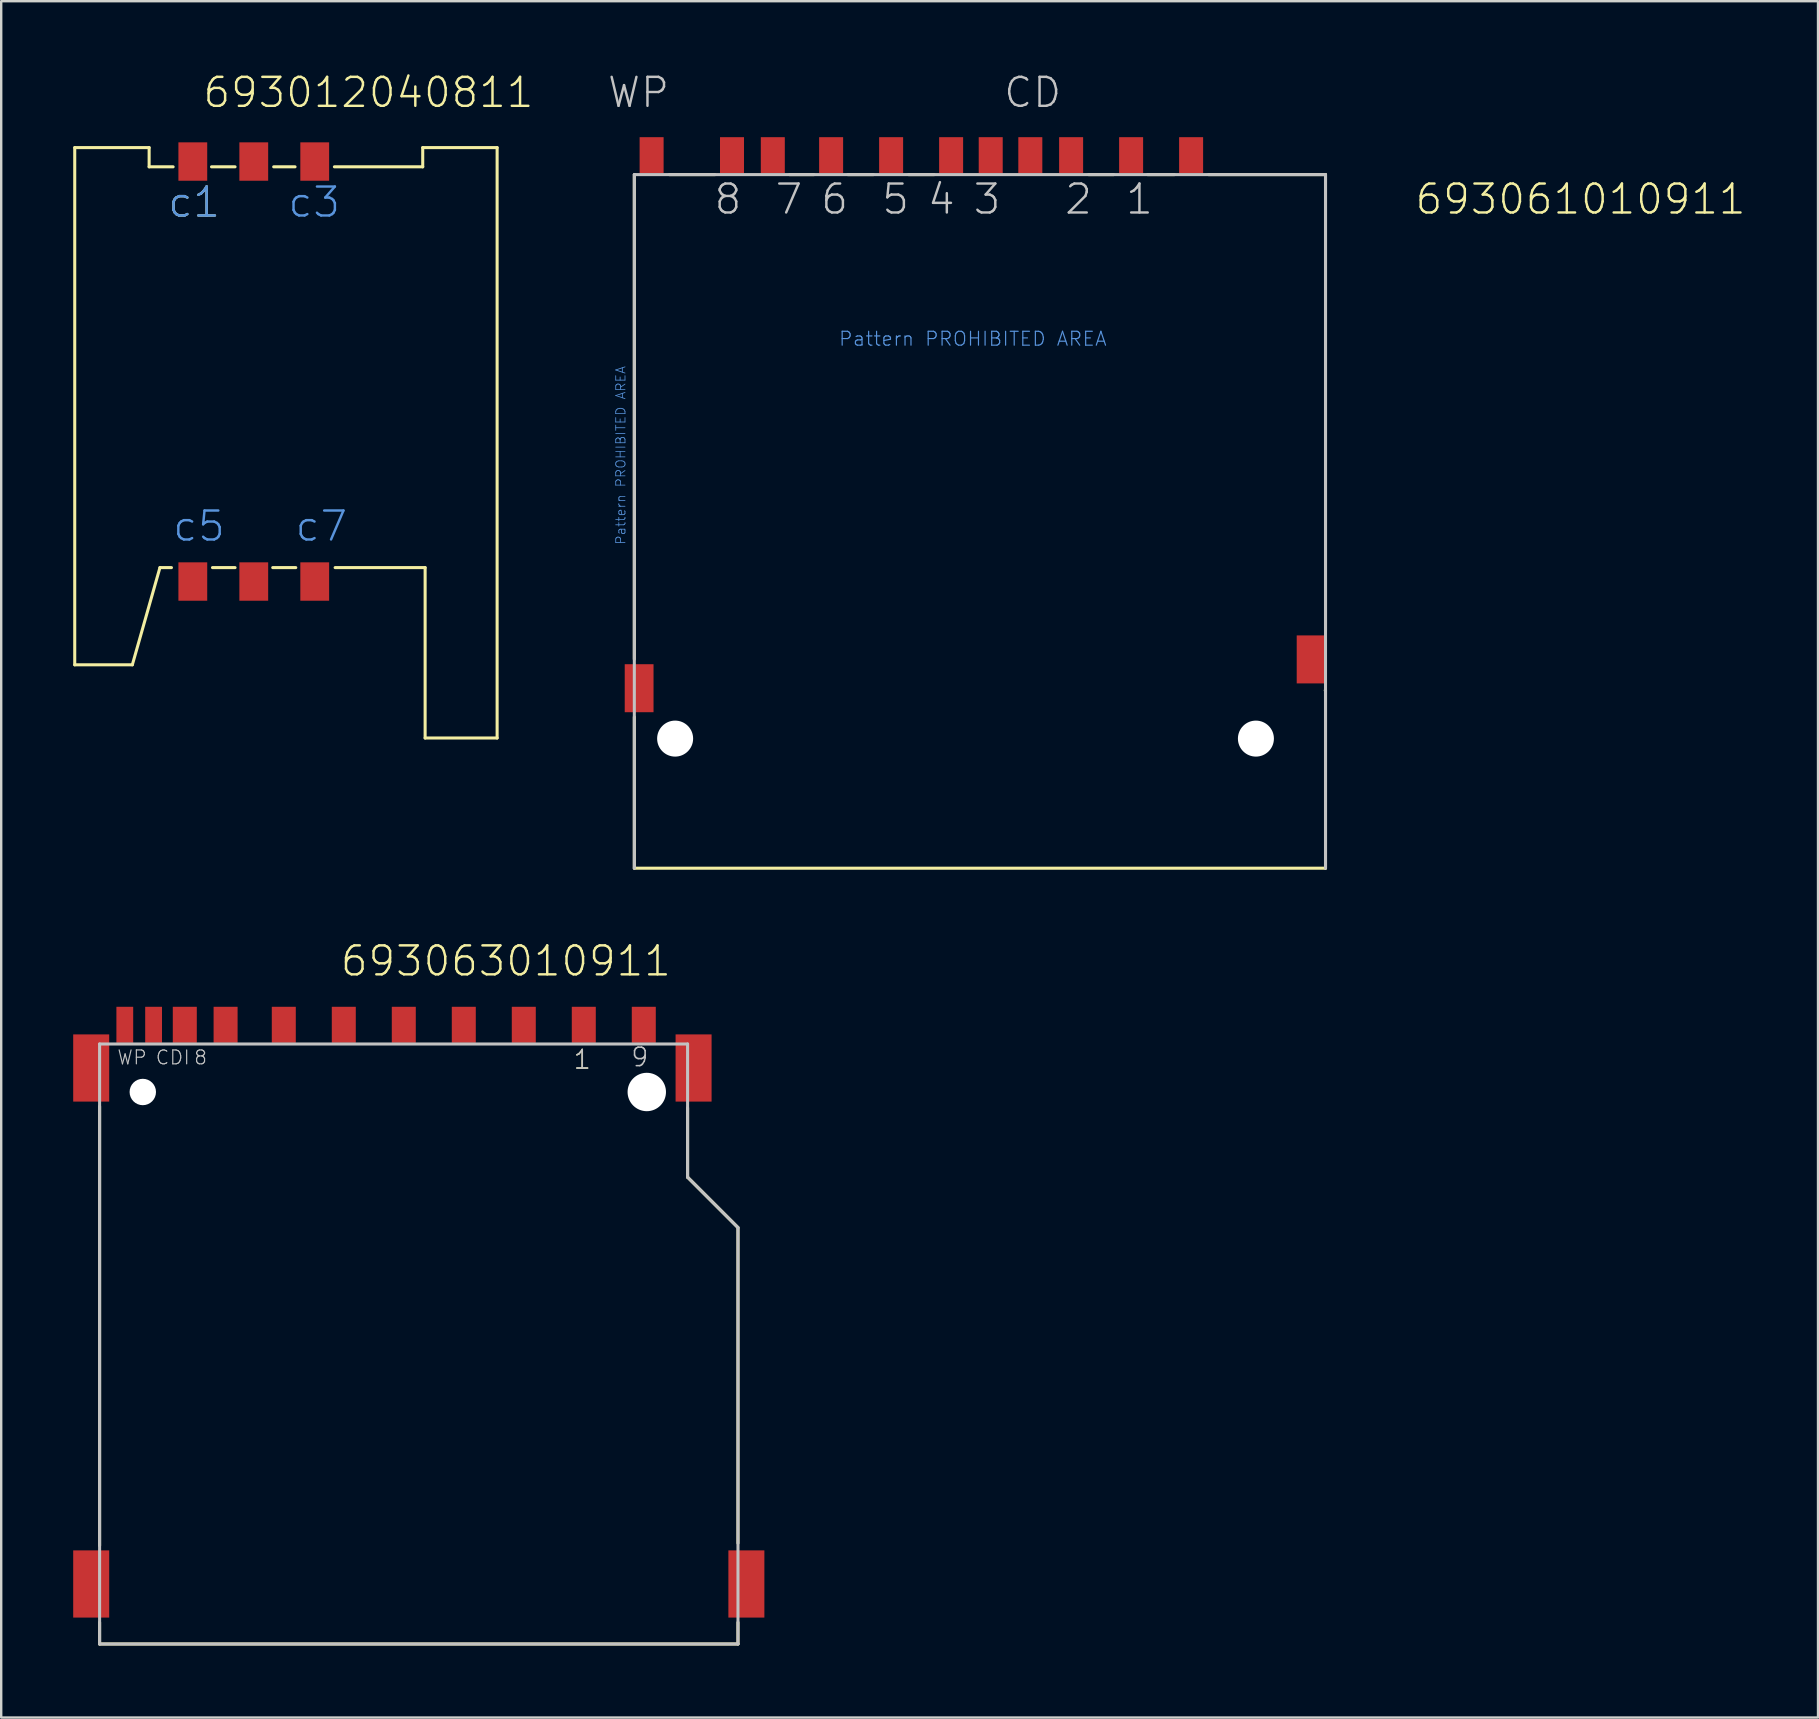
<source format=kicad_pcb>
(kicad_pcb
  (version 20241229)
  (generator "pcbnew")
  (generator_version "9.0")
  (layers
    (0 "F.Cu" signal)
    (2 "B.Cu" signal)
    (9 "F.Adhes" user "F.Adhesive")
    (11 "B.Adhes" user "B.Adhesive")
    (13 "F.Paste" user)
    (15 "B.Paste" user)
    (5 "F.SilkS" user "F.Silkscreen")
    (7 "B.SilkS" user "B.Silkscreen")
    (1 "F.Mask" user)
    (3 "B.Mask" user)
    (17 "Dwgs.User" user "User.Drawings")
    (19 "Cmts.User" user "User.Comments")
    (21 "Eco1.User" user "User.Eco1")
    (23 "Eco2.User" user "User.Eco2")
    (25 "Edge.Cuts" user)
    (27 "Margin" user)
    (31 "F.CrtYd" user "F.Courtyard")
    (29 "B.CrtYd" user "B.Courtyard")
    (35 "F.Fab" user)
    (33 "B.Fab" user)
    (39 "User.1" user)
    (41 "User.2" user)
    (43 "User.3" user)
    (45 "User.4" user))
  (footprint "693063010911"
    (layer "F.Cu")
    (at 14.4 42.451)
    (property "Reference" "693063010911" (at -3.33 -4.75 0) (layer "F.SilkS") (effects (font (size 1.206 1.206) (thickness 0.102)) (justify left bottom)))
    (attr through_hole)
    (fp_line (start -13.3 0.6) (end -13.3 18.9) (stroke (width 0.127) (type solid)) (layer "F.SilkS"))
    (fp_line (start -13.3 22.1) (end -13.3 23) (stroke (width 0.127) (type solid)) (layer "F.SilkS"))
    (fp_line (start -13.3 23) (end 13.3 23) (stroke (width 0.127) (type solid)) (layer "F.SilkS"))
    (fp_line (start 11.2 0.66) (end 11.2 3.55) (stroke (width 0.127) (type solid)) (layer "F.SilkS"))
    (fp_line (start 11.2 3.55) (end 13.3 5.65) (stroke (width 0.127) (type solid)) (layer "F.SilkS"))
    (fp_line (start 13.3 18.8) (end 13.3 5.7) (stroke (width 0.127) (type solid)) (layer "F.SilkS"))
    (fp_line (start 13.3 23) (end 13.3 22.1) (stroke (width 0.127) (type solid)) (layer "F.SilkS"))
    (fp_line (start -13.3 -2) (end 11.2 -2) (stroke (width 0.127) (type solid)) (layer "Dwgs.User"))
    (fp_line (start -13.3 23) (end -13.3 -2) (stroke (width 0.127) (type solid)) (layer "Dwgs.User"))
    (fp_line (start 11.2 3.55) (end 11.2 -2) (stroke (width 0.127) (type solid)) (layer "Dwgs.User"))
    (fp_line (start 11.2 3.55) (end 13.3 5.65) (stroke (width 0.127) (type solid)) (layer "Dwgs.User"))
    (fp_line (start 13.3 23) (end -13.3 23) (stroke (width 0.127) (type solid)) (layer "Dwgs.User"))
    (fp_line (start 13.3 23) (end 13.3 5.65) (stroke (width 0.127) (type solid)) (layer "Dwgs.User"))
    (fp_text user "1" (at 6.4 -0.9 0) (layer "F.SilkS") (effects (font (size 0.772 0.772) (thickness 0.065)) (justify left bottom)))
    (fp_text user "9" (at 8.8 -1 0) (layer "Dwgs.User") (effects (font (size 0.772 0.772) (thickness 0.065)) (justify left bottom)))
    (fp_text user "8" (at -9.4 -1.1 0) (layer "Dwgs.User") (effects (font (size 0.579 0.579) (thickness 0.049)) (justify left bottom)))
    (fp_text user "CDI" (at -11 -1.1 0) (layer "Dwgs.User") (effects (font (size 0.579 0.579) (thickness 0.049)) (justify left bottom)))
    (fp_text user "1" (at 6.4 -0.9 0) (layer "Dwgs.User") (effects (font (size 0.772 0.772) (thickness 0.065)) (justify left bottom)))
    (fp_text user "WP" (at -12.6 -1.1 0) (layer "Dwgs.User") (effects (font (size 0.579 0.579) (thickness 0.049)) (justify left bottom)))
    (pad "" np_thru_hole circle (at -11.5 0) (size 1.1 1.1) (drill 1.1) (layers "*.Cu"))
    (pad "" np_thru_hole circle (at 9.5 0) (size 1.6 1.6) (drill 1.6) (layers "*.Cu"))
    (pad "1" smd rect (at 6.875 -2.8) (size 1 1.5) (layers "F.Cu" "F.Mask" "F.Paste"))
    (pad "2" smd rect (at 4.375 -2.8) (size 1 1.5) (layers "F.Cu" "F.Mask" "F.Paste"))
    (pad "3" smd rect (at 1.875 -2.8) (size 1 1.5) (layers "F.Cu" "F.Mask" "F.Paste"))
    (pad "4" smd rect (at -0.625 -2.8) (size 1 1.5) (layers "F.Cu" "F.Mask" "F.Paste"))
    (pad "5" smd rect (at -3.125 -2.8) (size 1 1.5) (layers "F.Cu" "F.Mask" "F.Paste"))
    (pad "6" smd rect (at -5.625 -2.8) (size 1 1.5) (layers "F.Cu" "F.Mask" "F.Paste"))
    (pad "7" smd rect (at -8.05 -2.8) (size 1 1.5) (layers "F.Cu" "F.Mask" "F.Paste"))
    (pad "8" smd rect (at -9.75 -2.8) (size 1 1.5) (layers "F.Cu" "F.Mask" "F.Paste"))
    (pad "9" smd rect (at 9.375 -2.8) (size 1 1.5) (layers "F.Cu" "F.Mask" "F.Paste"))
    (pad "CDI" smd rect (at -11.05 -2.8) (size 0.7 1.5) (layers "F.Cu" "F.Mask" "F.Paste"))
    (pad "WP" smd rect (at -12.25 -2.8) (size 0.7 1.5) (layers "F.Cu" "F.Mask" "F.Paste"))
    (pad "Z1" smd rect (at -13.65 -1) (size 1.5 2.8) (layers "F.Cu" "F.Mask" "F.Paste"))
    (pad "Z2" smd rect (at 11.45 -1) (size 1.5 2.8) (layers "F.Cu" "F.Mask" "F.Paste"))
    (pad "Z3" smd rect (at 13.65 20.5) (size 1.5 2.8) (layers "F.Cu" "F.Mask" "F.Paste"))
    (pad "Z4" smd rect (at -13.65 20.5) (size 1.5 2.8) (layers "F.Cu" "F.Mask" "F.Paste")))
  (footprint "693061010911"
    (layer "F.Cu")
    (at 37.181 27.726)
    (property "Reference" "693061010911" (at 18.67 -21.77 0) (layer "F.SilkS") (effects (font (size 1.206 1.206) (thickness 0.102)) (justify left bottom)))
    (attr through_hole)
    (fp_line (start -13.8 -23.5) (end -13.8 -3.31) (stroke (width 0.127) (type solid)) (layer "F.SilkS"))
    (fp_line (start -13.8 -0.9) (end -13.8 5.4) (stroke (width 0.127) (type solid)) (layer "F.SilkS"))
    (fp_line (start -12.34 -23.5) (end -10.44 -23.5) (stroke (width 0.127) (type solid)) (layer "F.SilkS"))
    (fp_line (start -7.33 -23.5) (end -6.32 -23.5) (stroke (width 0.127) (type solid)) (layer "F.SilkS"))
    (fp_line (start -4.9 -23.5) (end -3.84 -23.5) (stroke (width 0.127) (type solid)) (layer "F.SilkS"))
    (fp_line (start -2.37 -23.5) (end -1.31 -23.5) (stroke (width 0.127) (type solid)) (layer "F.SilkS"))
    (fp_line (start 5.13 -23.5) (end 6.17 -23.5) (stroke (width 0.127) (type solid)) (layer "F.SilkS"))
    (fp_line (start 7.59 -23.5) (end 8.7 -23.5) (stroke (width 0.127) (type solid)) (layer "F.SilkS"))
    (fp_line (start 10.13 -23.5) (end 15 -23.5) (stroke (width 0.127) (type solid)) (layer "F.SilkS"))
    (fp_line (start 14.99 -2.01) (end 15 -2.01) (stroke (width 0.127) (type solid)) (layer "F.SilkS"))
    (fp_line (start 15 -23.5) (end 15 -4.52) (stroke (width 0.127) (type solid)) (layer "F.SilkS"))
    (fp_line (start 15 -2.01) (end 15 5.4) (stroke (width 0.127) (type solid)) (layer "F.SilkS"))
    (fp_line (start 15 5.4) (end -13.8 5.4) (stroke (width 0.127) (type solid)) (layer "F.SilkS"))
    (fp_line (start -13.8 -23.5) (end 15 -23.5) (stroke (width 0.127) (type solid)) (layer "Dwgs.User"))
    (fp_line (start -13.8 5.4) (end -13.8 -23.5) (stroke (width 0.127) (type solid)) (layer "Dwgs.User"))
    (fp_line (start 15 -23.5) (end 15 5.4) (stroke (width 0.127) (type solid)) (layer "Dwgs.User"))
    (fp_text user "1" (at 6.605 -21.77 0) (layer "Dwgs.User") (effects (font (size 1.206 1.206) (thickness 0.102)) (justify left bottom)))
    (fp_text user "WP" (at -14.985 -26.215 0) (layer "Dwgs.User") (effects (font (size 1.206 1.206) (thickness 0.102)) (justify left bottom)))
    (fp_text user "2" (at 4.065 -21.77 0) (layer "Dwgs.User") (effects (font (size 1.206 1.206) (thickness 0.102)) (justify left bottom)))
    (fp_text user "6" (at -6.095 -21.77 0) (layer "Dwgs.User") (effects (font (size 1.206 1.206) (thickness 0.102)) (justify left bottom)))
    (fp_text user "3" (at 0.255 -21.77 0) (layer "Dwgs.User") (effects (font (size 1.206 1.206) (thickness 0.102)) (justify left bottom)))
    (fp_text user "CD" (at 1.525 -26.215 0) (layer "Dwgs.User") (effects (font (size 1.206 1.206) (thickness 0.102)) (justify left bottom)))
    (fp_text user "7" (at -8 -21.77 0) (layer "Dwgs.User") (effects (font (size 1.206 1.206) (thickness 0.102)) (justify left bottom)))
    (fp_text user "4" (at -1.65 -21.77 0) (layer "Dwgs.User") (effects (font (size 1.206 1.206) (thickness 0.102)) (justify left bottom)))
    (fp_text user "8" (at -10.54 -21.77 0) (layer "Dwgs.User") (effects (font (size 1.206 1.206) (thickness 0.102)) (justify left bottom)))
    (fp_text user "5" (at -3.555 -21.77 0) (layer "Dwgs.User") (effects (font (size 1.206 1.206) (thickness 0.102)) (justify left bottom)))
    (fp_text user "Pattern PROHIBITED AREA" (at -14.14 -8.06 90) (layer "Cmts.User") (effects (font (size 0.386 0.386) (thickness 0.033)) (justify left bottom)))
    (fp_text user "Pattern PROHIBITED AREA" (at -5.31 -16.32 0) (layer "Cmts.User") (effects (font (size 0.579 0.579) (thickness 0.049)) (justify left bottom)))
    (pad "" np_thru_hole circle (at -12.1 0) (size 1.5 1.5) (drill 1.5) (layers "*.Cu"))
    (pad "" np_thru_hole circle (at 12.1 0) (size 1.5 1.5) (drill 1.5) (layers "*.Cu"))
    (pad "1" smd rect (at 6.9 -24.31) (size 1 1.5) (layers "F.Cu" "F.Mask" "F.Paste"))
    (pad "2" smd rect (at 4.4 -24.31) (size 1 1.5) (layers "F.Cu" "F.Mask" "F.Paste"))
    (pad "3" smd rect (at 1.05 -24.31) (size 1 1.5) (layers "F.Cu" "F.Mask" "F.Paste"))
    (pad "4" smd rect (at -0.6 -24.31) (size 1 1.5) (layers "F.Cu" "F.Mask" "F.Paste"))
    (pad "5" smd rect (at -3.1 -24.31) (size 1 1.5) (layers "F.Cu" "F.Mask" "F.Paste"))
    (pad "6" smd rect (at -5.6 -24.31) (size 1 1.5) (layers "F.Cu" "F.Mask" "F.Paste"))
    (pad "7" smd rect (at -8.03 -24.31) (size 1 1.5) (layers "F.Cu" "F.Mask" "F.Paste"))
    (pad "8" smd rect (at -9.73 -24.31) (size 1 1.5) (layers "F.Cu" "F.Mask" "F.Paste"))
    (pad "9" smd rect (at 9.4 -24.31) (size 1 1.5) (layers "F.Cu" "F.Mask" "F.Paste"))
    (pad "CD" smd rect (at 2.7 -24.31) (size 1 1.5) (layers "F.Cu" "F.Mask" "F.Paste"))
    (pad "WP" smd rect (at -13.08 -24.31) (size 1 1.5) (layers "F.Cu" "F.Mask" "F.Paste"))
    (pad "Z1" smd rect (at 14.4 -3.3) (size 1.2 2) (layers "F.Cu" "F.Mask" "F.Paste"))
    (pad "Z2" smd rect (at -13.6 -2.1) (size 1.2 2) (layers "F.Cu" "F.Mask" "F.Paste")))
  (footprint "693012040811"
    (layer "F.Cu")
    (at 4.984 21.181)
    (property "Reference" "693012040811" (at 0.36 -19.67 0) (layer "F.SilkS") (effects (font (size 1.206 1.206) (thickness 0.102)) (justify left bottom)))
    (attr through_hole)
    (fp_line (start -4.92 -18.08) (end -4.92 3.47) (stroke (width 0.127) (type solid)) (layer "F.SilkS"))
    (fp_line (start -4.92 3.47) (end -2.52 3.47) (stroke (width 0.127) (type solid)) (layer "F.SilkS"))
    (fp_line (start -2.52 3.47) (end -1.37 -0.58) (stroke (width 0.127) (type solid)) (layer "F.SilkS"))
    (fp_line (start -1.82 -18.08) (end -4.92 -18.08) (stroke (width 0.127) (type solid)) (layer "F.SilkS"))
    (fp_line (start -1.82 -17.28) (end -1.82 -18.08) (stroke (width 0.127) (type solid)) (layer "F.SilkS"))
    (fp_line (start -1.37 -0.58) (end -0.89 -0.58) (stroke (width 0.127) (type solid)) (layer "F.SilkS"))
    (fp_line (start -0.82 -17.28) (end -1.82 -17.28) (stroke (width 0.127) (type solid)) (layer "F.SilkS"))
    (fp_line (start 0.78 -17.28) (end 1.76 -17.28) (stroke (width 0.127) (type solid)) (layer "F.SilkS"))
    (fp_line (start 1.76 -0.58) (end 0.82 -0.58) (stroke (width 0.127) (type solid)) (layer "F.SilkS"))
    (fp_line (start 3.37 -17.28) (end 4.26 -17.28) (stroke (width 0.127) (type solid)) (layer "F.SilkS"))
    (fp_line (start 4.29 -0.58) (end 3.33 -0.58) (stroke (width 0.127) (type solid)) (layer "F.SilkS"))
    (fp_line (start 5.9 -17.28) (end 9.58 -17.28) (stroke (width 0.127) (type solid)) (layer "F.SilkS"))
    (fp_line (start 9.58 -18.08) (end 12.68 -18.08) (stroke (width 0.127) (type solid)) (layer "F.SilkS"))
    (fp_line (start 9.58 -17.28) (end 9.58 -18.08) (stroke (width 0.127) (type solid)) (layer "F.SilkS"))
    (fp_line (start 9.68 -0.58) (end 5.93 -0.58) (stroke (width 0.127) (type solid)) (layer "F.SilkS"))
    (fp_line (start 9.68 6.52) (end 9.68 -0.58) (stroke (width 0.127) (type solid)) (layer "F.SilkS"))
    (fp_line (start 12.68 -18.08) (end 12.68 6.52) (stroke (width 0.127) (type solid)) (layer "F.SilkS"))
    (fp_line (start 12.68 6.52) (end 9.68 6.52) (stroke (width 0.127) (type solid)) (layer "F.SilkS"))
    (fp_text user "c1" (at -1.1 -15.1 0) (layer "F.SilkS") (effects (font (size 1.206 1.206) (thickness 0.102)) (justify left bottom)))
    (fp_text user "c1" (at -1.1 -15.1 0) (layer "Cmts.User") (effects (font (size 1.206 1.206) (thickness 0.102)) (justify left bottom)))
    (fp_text user "c7" (at 4.2 -1.6 0) (layer "Cmts.User") (effects (font (size 1.206 1.206) (thickness 0.102)) (justify left bottom)))
    (fp_text user "c5" (at -0.9 -1.6 0) (layer "Cmts.User") (effects (font (size 1.206 1.206) (thickness 0.102)) (justify left bottom)))
    (fp_text user "c3" (at 3.9 -15.1 0) (layer "Cmts.User") (effects (font (size 1.206 1.206) (thickness 0.102)) (justify left bottom)))
    (pad "C1" smd rect (at 0 -17.5) (size 1.2 1.6) (layers "F.Cu" "F.Mask" "F.Paste"))
    (pad "C2" smd rect (at 2.54 -17.5) (size 1.2 1.6) (layers "F.Cu" "F.Mask" "F.Paste"))
    (pad "C3" smd rect (at 5.08 -17.5) (size 1.2 1.6) (layers "F.Cu" "F.Mask" "F.Paste"))
    (pad "C5" smd rect (at 0 0) (size 1.2 1.6) (layers "F.Cu" "F.Mask" "F.Paste"))
    (pad "C6" smd rect (at 2.54 0) (size 1.2 1.6) (layers "F.Cu" "F.Mask" "F.Paste"))
    (pad "C7" smd rect (at 5.08 0) (size 1.2 1.6) (layers "F.Cu" "F.Mask" "F.Paste")))
  (gr_rect
    (start -3 -3)
    (end 72.703 68.515)
    (stroke (width 0.1) (type default))
    (fill no)
    (layer "Edge.Cuts")))
</source>
